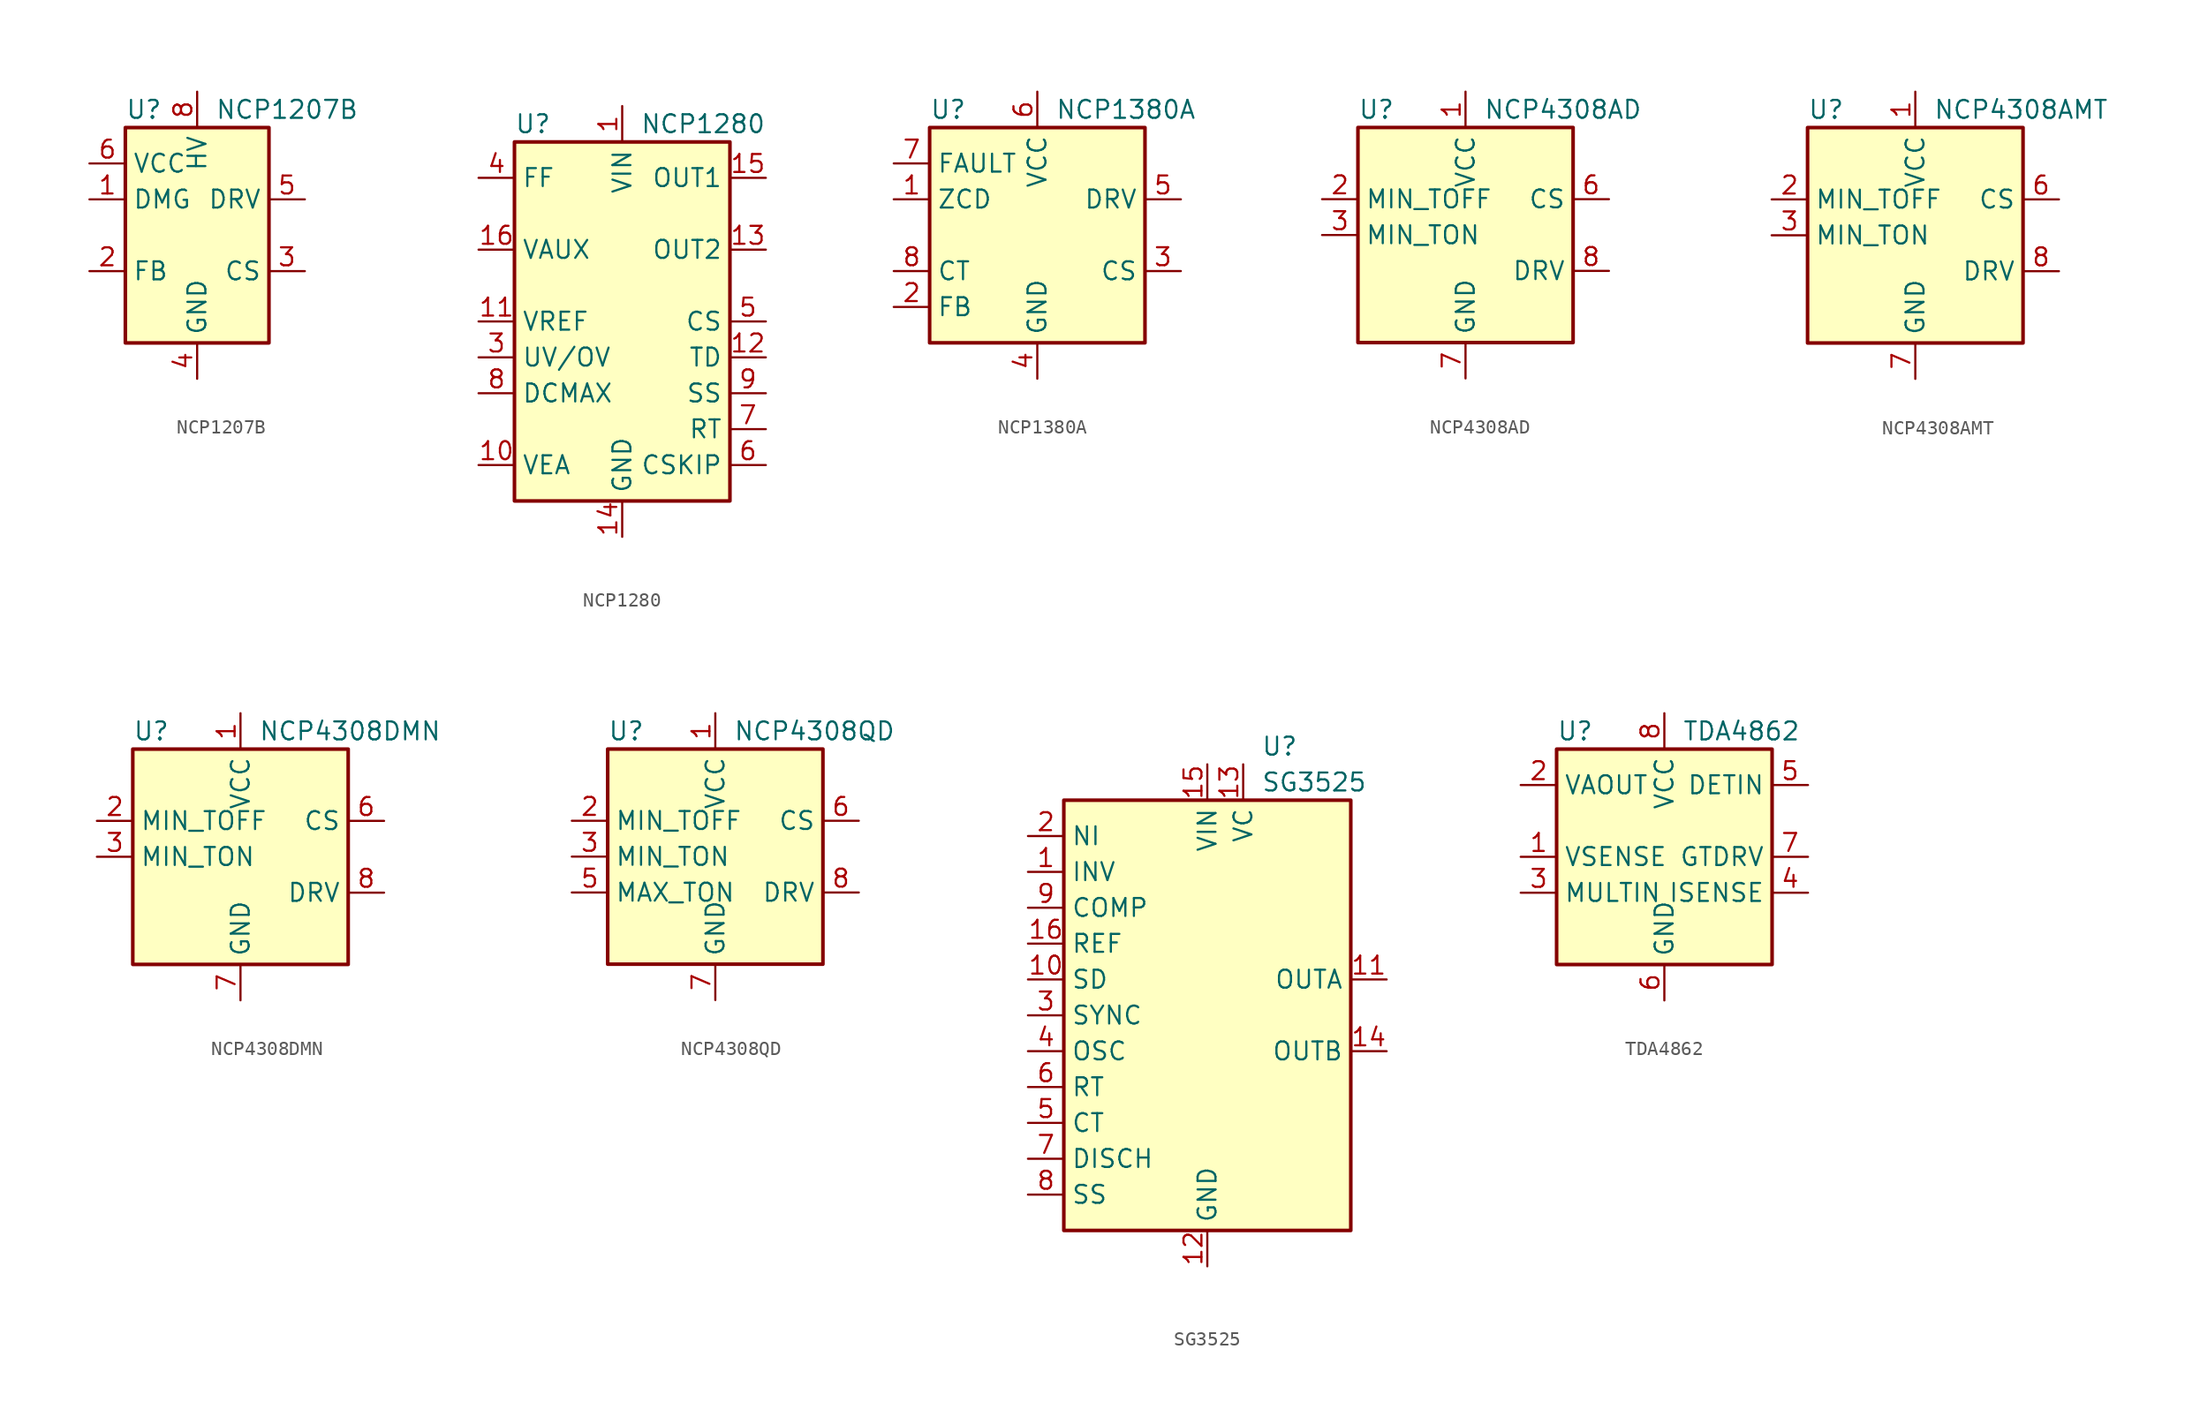
<source format=kicad_sym>
(kicad_symbol_lib
  (version 20211014)
  (generator kicad_symbol_editor)
  (symbol "NCP1207B"
    (property "Reference" "U"
      (at -5.08 8.89 0)
      (effects (font (size 1.27 1.27)) (justify left)))
    (property "Value" "NCP1207B"
      (at 1.27 8.89 0)
      (effects (font (size 1.27 1.27)) (justify left)))
    (symbol "NCP1207B_0_0"
      (rectangle (start -5.08 7.62) (end 5.08 -7.62) (stroke (width 0.254) (type default) (color 0 0 0 0)) (fill (type background))))
    (symbol "NCP1207B_1_1"
      (pin input line (at -7.62 2.54 0) (length 2.54) (name "DMG" (effects (font (size 1.27 1.27)))) (number "1" (effects (font (size 1.27 1.27)))))
      (pin input line (at -7.62 -2.54 0) (length 2.54) (name "FB" (effects (font (size 1.27 1.27)))) (number "2" (effects (font (size 1.27 1.27)))))
      (pin input line (at 7.62 -2.54 180) (length 2.54) (name "CS" (effects (font (size 1.27 1.27)))) (number "3" (effects (font (size 1.27 1.27)))))
      (pin power_in line (at 0 -10.16 90) (length 2.54) (name "GND" (effects (font (size 1.27 1.27)))) (number "4" (effects (font (size 1.27 1.27)))))
      (pin output line (at 7.62 2.54 180) (length 2.54) (name "DRV" (effects (font (size 1.27 1.27)))) (number "5" (effects (font (size 1.27 1.27)))))
      (pin power_in line (at -7.62 5.08 0) (length 2.54) (name "VCC" (effects (font (size 1.27 1.27)))) (number "6" (effects (font (size 1.27 1.27)))))
      (pin input line (at 0 10.16 270) (length 2.54) (name "HV" (effects (font (size 1.27 1.27)))) (number "8" (effects (font (size 1.27 1.27)))))))
  (symbol "NCP1280"
    (property "Reference" "U"
      (at -7.62 13.97 0)
      (effects (font (size 1.27 1.27)) (justify left)))
    (property "Value" "NCP1280"
      (at 1.27 13.97 0)
      (effects (font (size 1.27 1.27)) (justify left)))
    (symbol "NCP1280_0_0"
      (rectangle (start -7.62 12.7) (end 7.62 -12.7) (stroke (width 0.254) (type default) (color 0 0 0 0)) (fill (type background))))
    (symbol "NCP1280_1_1"
      (pin power_in line (at 0 15.24 270) (length 2.54) (name "VIN" (effects (font (size 1.27 1.27)))) (number "1" (effects (font (size 1.27 1.27)))))
      (pin input line (at -10.16 -10.16 0) (length 2.54) (name "VEA" (effects (font (size 1.27 1.27)))) (number "10" (effects (font (size 1.27 1.27)))))
      (pin output line (at -10.16 0 0) (length 2.54) (name "VREF" (effects (font (size 1.27 1.27)))) (number "11" (effects (font (size 1.27 1.27)))))
      (pin passive line (at 10.16 -2.54 180) (length 2.54) (name "TD" (effects (font (size 1.27 1.27)))) (number "12" (effects (font (size 1.27 1.27)))))
      (pin output line (at 10.16 5.08 180) (length 2.54) (name "OUT2" (effects (font (size 1.27 1.27)))) (number "13" (effects (font (size 1.27 1.27)))))
      (pin power_in line (at 0 -15.24 90) (length 2.54) (name "GND" (effects (font (size 1.27 1.27)))) (number "14" (effects (font (size 1.27 1.27)))))
      (pin output line (at 10.16 10.16 180) (length 2.54) (name "OUT1" (effects (font (size 1.27 1.27)))) (number "15" (effects (font (size 1.27 1.27)))))
      (pin power_in line (at -10.16 5.08 0) (length 2.54) (name "VAUX" (effects (font (size 1.27 1.27)))) (number "16" (effects (font (size 1.27 1.27)))))
      (pin no_connect line (at -7.62 7.62 0) (length 2.54) hide (name "NC" (effects (font (size 1.27 1.27)))) (number "2" (effects (font (size 1.27 1.27)))))
      (pin input line (at -10.16 -2.54 0) (length 2.54) (name "UV/OV" (effects (font (size 1.27 1.27)))) (number "3" (effects (font (size 1.27 1.27)))))
      (pin passive line (at -10.16 10.16 0) (length 2.54) (name "FF" (effects (font (size 1.27 1.27)))) (number "4" (effects (font (size 1.27 1.27)))))
      (pin input line (at 10.16 0 180) (length 2.54) (name "CS" (effects (font (size 1.27 1.27)))) (number "5" (effects (font (size 1.27 1.27)))))
      (pin passive line (at 10.16 -10.16 180) (length 2.54) (name "CSKIP" (effects (font (size 1.27 1.27)))) (number "6" (effects (font (size 1.27 1.27)))))
      (pin passive line (at 10.16 -7.62 180) (length 2.54) (name "RT" (effects (font (size 1.27 1.27)))) (number "7" (effects (font (size 1.27 1.27)))))
      (pin input line (at -10.16 -5.08 0) (length 2.54) (name "DCMAX" (effects (font (size 1.27 1.27)))) (number "8" (effects (font (size 1.27 1.27)))))
      (pin passive line (at 10.16 -5.08 180) (length 2.54) (name "SS" (effects (font (size 1.27 1.27)))) (number "9" (effects (font (size 1.27 1.27)))))))
  (symbol "NCP1380A"
    (property "Reference" "U"
      (at -7.62 8.89 0)
      (effects (font (size 1.27 1.27)) (justify left)))
    (property "Value" "NCP1380A"
      (at 1.27 8.89 0)
      (effects (font (size 1.27 1.27)) (justify left)))
    (symbol "NCP1380A_0_0"
      (rectangle (start -7.62 7.62) (end 7.62 -7.62) (stroke (width 0.254) (type default) (color 0 0 0 0)) (fill (type background))))
    (symbol "NCP1380A_1_1"
      (pin input line (at -10.16 2.54 0) (length 2.54) (name "ZCD" (effects (font (size 1.27 1.27)))) (number "1" (effects (font (size 1.27 1.27)))))
      (pin input line (at -10.16 -5.08 0) (length 2.54) (name "FB" (effects (font (size 1.27 1.27)))) (number "2" (effects (font (size 1.27 1.27)))))
      (pin input line (at 10.16 -2.54 180) (length 2.54) (name "CS" (effects (font (size 1.27 1.27)))) (number "3" (effects (font (size 1.27 1.27)))))
      (pin power_in line (at 0 -10.16 90) (length 2.54) (name "GND" (effects (font (size 1.27 1.27)))) (number "4" (effects (font (size 1.27 1.27)))))
      (pin output line (at 10.16 2.54 180) (length 2.54) (name "DRV" (effects (font (size 1.27 1.27)))) (number "5" (effects (font (size 1.27 1.27)))))
      (pin power_in line (at 0 10.16 270) (length 2.54) (name "VCC" (effects (font (size 1.27 1.27)))) (number "6" (effects (font (size 1.27 1.27)))))
      (pin input line (at -10.16 5.08 0) (length 2.54) (name "FAULT" (effects (font (size 1.27 1.27)))) (number "7" (effects (font (size 1.27 1.27)))))
      (pin passive line (at -10.16 -2.54 0) (length 2.54) (name "CT" (effects (font (size 1.27 1.27)))) (number "8" (effects (font (size 1.27 1.27)))))))
  (symbol "NCP4308AD"
    (property "Reference" "U"
      (at -7.62 8.89 0)
      (effects (font (size 1.27 1.27)) (justify left)))
    (property "Value" "NCP4308AD"
      (at 1.27 8.89 0)
      (effects (font (size 1.27 1.27)) (justify left)))
    (symbol "NCP4308AD_0_1"
      (rectangle (start -7.62 7.62) (end 7.62 -7.62) (stroke (width 0.254) (type default) (color 0 0 0 0)) (fill (type background))))
    (symbol "NCP4308AD_1_1"
      (pin power_in line (at 0 10.16 270) (length 2.54) (name "VCC" (effects (font (size 1.27 1.27)))) (number "1" (effects (font (size 1.27 1.27)))))
      (pin passive line (at -10.16 2.54 0) (length 2.54) (name "MIN_TOFF" (effects (font (size 1.27 1.27)))) (number "2" (effects (font (size 1.27 1.27)))))
      (pin passive line (at -10.16 0 0) (length 2.54) (name "MIN_TON" (effects (font (size 1.27 1.27)))) (number "3" (effects (font (size 1.27 1.27)))))
      (pin no_connect line (at 7.62 -5.08 180) (length 2.54) hide (name "NC" (effects (font (size 1.27 1.27)))) (number "4" (effects (font (size 1.27 1.27)))))
      (pin no_connect line (at 7.62 -7.62 180) (length 2.54) hide (name "NC" (effects (font (size 1.27 1.27)))) (number "5" (effects (font (size 1.27 1.27)))))
      (pin input line (at 10.16 2.54 180) (length 2.54) (name "CS" (effects (font (size 1.27 1.27)))) (number "6" (effects (font (size 1.27 1.27)))))
      (pin power_in line (at 0 -10.16 90) (length 2.54) (name "GND" (effects (font (size 1.27 1.27)))) (number "7" (effects (font (size 1.27 1.27)))))
      (pin output line (at 10.16 -2.54 180) (length 2.54) (name "DRV" (effects (font (size 1.27 1.27)))) (number "8" (effects (font (size 1.27 1.27)))))))
  (symbol "NCP4308AMT"
    (property "Reference" "U"
      (at -7.62 8.89 0)
      (effects (font (size 1.27 1.27)) (justify left)))
    (property "Value" "NCP4308AMT"
      (at 1.27 8.89 0)
      (effects (font (size 1.27 1.27)) (justify left)))
    (symbol "NCP4308AMT_0_1"
      (rectangle (start -7.62 7.62) (end 7.62 -7.62) (stroke (width 0.254) (type default) (color 0 0 0 0)) (fill (type background))))
    (symbol "NCP4308AMT_1_1"
      (pin power_in line (at 0 10.16 270) (length 2.54) (name "VCC" (effects (font (size 1.27 1.27)))) (number "1" (effects (font (size 1.27 1.27)))))
      (pin passive line (at -10.16 2.54 0) (length 2.54) (name "MIN_TOFF" (effects (font (size 1.27 1.27)))) (number "2" (effects (font (size 1.27 1.27)))))
      (pin passive line (at -10.16 0 0) (length 2.54) (name "MIN_TON" (effects (font (size 1.27 1.27)))) (number "3" (effects (font (size 1.27 1.27)))))
      (pin no_connect line (at 7.62 -5.08 180) (length 2.54) hide (name "NC" (effects (font (size 1.27 1.27)))) (number "4" (effects (font (size 1.27 1.27)))))
      (pin no_connect line (at 7.62 -7.62 180) (length 2.54) hide (name "NC" (effects (font (size 1.27 1.27)))) (number "5" (effects (font (size 1.27 1.27)))))
      (pin input line (at 10.16 2.54 180) (length 2.54) (name "CS" (effects (font (size 1.27 1.27)))) (number "6" (effects (font (size 1.27 1.27)))))
      (pin power_in line (at 0 -10.16 90) (length 2.54) (name "GND" (effects (font (size 1.27 1.27)))) (number "7" (effects (font (size 1.27 1.27)))))
      (pin output line (at 10.16 -2.54 180) (length 2.54) (name "DRV" (effects (font (size 1.27 1.27)))) (number "8" (effects (font (size 1.27 1.27)))))))
  (symbol "NCP4308DMN"
    (property "Reference" "U"
      (at -7.62 8.89 0)
      (effects (font (size 1.27 1.27)) (justify left)))
    (property "Value" "NCP4308DMN"
      (at 1.27 8.89 0)
      (effects (font (size 1.27 1.27)) (justify left)))
    (symbol "NCP4308DMN_0_1"
      (rectangle (start -7.62 7.62) (end 7.62 -7.62) (stroke (width 0.254) (type default) (color 0 0 0 0)) (fill (type background))))
    (symbol "NCP4308DMN_1_1"
      (pin power_in line (at 0 10.16 270) (length 2.54) (name "VCC" (effects (font (size 1.27 1.27)))) (number "1" (effects (font (size 1.27 1.27)))))
      (pin passive line (at -10.16 2.54 0) (length 2.54) (name "MIN_TOFF" (effects (font (size 1.27 1.27)))) (number "2" (effects (font (size 1.27 1.27)))))
      (pin passive line (at -10.16 0 0) (length 2.54) (name "MIN_TON" (effects (font (size 1.27 1.27)))) (number "3" (effects (font (size 1.27 1.27)))))
      (pin no_connect line (at 7.62 -5.08 180) (length 2.54) hide (name "NC" (effects (font (size 1.27 1.27)))) (number "4" (effects (font (size 1.27 1.27)))))
      (pin no_connect line (at 7.62 -7.62 180) (length 2.54) hide (name "NC" (effects (font (size 1.27 1.27)))) (number "5" (effects (font (size 1.27 1.27)))))
      (pin input line (at 10.16 2.54 180) (length 2.54) (name "CS" (effects (font (size 1.27 1.27)))) (number "6" (effects (font (size 1.27 1.27)))))
      (pin power_in line (at 0 -10.16 90) (length 2.54) (name "GND" (effects (font (size 1.27 1.27)))) (number "7" (effects (font (size 1.27 1.27)))))
      (pin output line (at 10.16 -2.54 180) (length 2.54) (name "DRV" (effects (font (size 1.27 1.27)))) (number "8" (effects (font (size 1.27 1.27)))))))
  (symbol "NCP4308QD"
    (property "Reference" "U"
      (at -7.62 8.89 0)
      (effects (font (size 1.27 1.27)) (justify left)))
    (property "Value" "NCP4308QD"
      (at 1.27 8.89 0)
      (effects (font (size 1.27 1.27)) (justify left)))
    (symbol "NCP4308QD_0_1"
      (rectangle (start -7.62 7.62) (end 7.62 -7.62) (stroke (width 0.254) (type default) (color 0 0 0 0)) (fill (type background))))
    (symbol "NCP4308QD_1_1"
      (pin power_in line (at 0 10.16 270) (length 2.54) (name "VCC" (effects (font (size 1.27 1.27)))) (number "1" (effects (font (size 1.27 1.27)))))
      (pin passive line (at -10.16 2.54 0) (length 2.54) (name "MIN_TOFF" (effects (font (size 1.27 1.27)))) (number "2" (effects (font (size 1.27 1.27)))))
      (pin passive line (at -10.16 0 0) (length 2.54) (name "MIN_TON" (effects (font (size 1.27 1.27)))) (number "3" (effects (font (size 1.27 1.27)))))
      (pin no_connect line (at 7.62 -5.08 180) (length 2.54) hide (name "NC" (effects (font (size 1.27 1.27)))) (number "4" (effects (font (size 1.27 1.27)))))
      (pin passive line (at -10.16 -2.54 0) (length 2.54) (name "MAX_TON" (effects (font (size 1.27 1.27)))) (number "5" (effects (font (size 1.27 1.27)))))
      (pin input line (at 10.16 2.54 180) (length 2.54) (name "CS" (effects (font (size 1.27 1.27)))) (number "6" (effects (font (size 1.27 1.27)))))
      (pin power_in line (at 0 -10.16 90) (length 2.54) (name "GND" (effects (font (size 1.27 1.27)))) (number "7" (effects (font (size 1.27 1.27)))))
      (pin output line (at 10.16 -2.54 180) (length 2.54) (name "DRV" (effects (font (size 1.27 1.27)))) (number "8" (effects (font (size 1.27 1.27)))))))
  (symbol "SG3525"
    (property "Reference" "U"
      (at 3.81 19.05 0)
      (effects (font (size 1.27 1.27)) (justify left)))
    (property "Value" "SG3525"
      (at 3.81 16.51 0)
      (effects (font (size 1.27 1.27)) (justify left)))
    (symbol "SG3525_0_1"
      (rectangle (start -10.16 -15.24) (end 10.16 15.24) (stroke (width 0.254) (type default) (color 0 0 0 0)) (fill (type background))))
    (symbol "SG3525_1_1"
      (pin input line (at -12.7 10.16 0) (length 2.54) (name "INV" (effects (font (size 1.27 1.27)))) (number "1" (effects (font (size 1.27 1.27)))))
      (pin passive line (at -12.7 2.54 0) (length 2.54) (name "SD" (effects (font (size 1.27 1.27)))) (number "10" (effects (font (size 1.27 1.27)))))
      (pin output line (at 12.7 2.54 180) (length 2.54) (name "OUTA" (effects (font (size 1.27 1.27)))) (number "11" (effects (font (size 1.27 1.27)))))
      (pin power_in line (at 0 -17.78 90) (length 2.54) (name "GND" (effects (font (size 1.27 1.27)))) (number "12" (effects (font (size 1.27 1.27)))))
      (pin power_in line (at 2.54 17.78 270) (length 2.54) (name "VC" (effects (font (size 1.27 1.27)))) (number "13" (effects (font (size 1.27 1.27)))))
      (pin output line (at 12.7 -2.54 180) (length 2.54) (name "OUTB" (effects (font (size 1.27 1.27)))) (number "14" (effects (font (size 1.27 1.27)))))
      (pin power_in line (at 0 17.78 270) (length 2.54) (name "VIN" (effects (font (size 1.27 1.27)))) (number "15" (effects (font (size 1.27 1.27)))))
      (pin power_in line (at -12.7 5.08 0) (length 2.54) (name "REF" (effects (font (size 1.27 1.27)))) (number "16" (effects (font (size 1.27 1.27)))))
      (pin input line (at -12.7 12.7 0) (length 2.54) (name "NI" (effects (font (size 1.27 1.27)))) (number "2" (effects (font (size 1.27 1.27)))))
      (pin passive line (at -12.7 0 0) (length 2.54) (name "SYNC" (effects (font (size 1.27 1.27)))) (number "3" (effects (font (size 1.27 1.27)))))
      (pin output line (at -12.7 -2.54 0) (length 2.54) (name "OSC" (effects (font (size 1.27 1.27)))) (number "4" (effects (font (size 1.27 1.27)))))
      (pin passive line (at -12.7 -7.62 0) (length 2.54) (name "CT" (effects (font (size 1.27 1.27)))) (number "5" (effects (font (size 1.27 1.27)))))
      (pin passive line (at -12.7 -5.08 0) (length 2.54) (name "RT" (effects (font (size 1.27 1.27)))) (number "6" (effects (font (size 1.27 1.27)))))
      (pin open_collector line (at -12.7 -10.16 0) (length 2.54) (name "DISCH" (effects (font (size 1.27 1.27)))) (number "7" (effects (font (size 1.27 1.27)))))
      (pin passive line (at -12.7 -12.7 0) (length 2.54) (name "SS" (effects (font (size 1.27 1.27)))) (number "8" (effects (font (size 1.27 1.27)))))
      (pin passive line (at -12.7 7.62 0) (length 2.54) (name "COMP" (effects (font (size 1.27 1.27)))) (number "9" (effects (font (size 1.27 1.27)))))))
  (symbol "TDA4862"
    (property "Reference" "U"
      (at -7.62 8.89 0)
      (effects (font (size 1.27 1.27)) (justify left)))
    (property "Value" "TDA4862"
      (at 1.27 8.89 0)
      (effects (font (size 1.27 1.27)) (justify left)))
    (symbol "TDA4862_0_0"
      (rectangle (start -7.62 7.62) (end 7.62 -7.62) (stroke (width 0.254) (type default) (color 0 0 0 0)) (fill (type background))))
    (symbol "TDA4862_1_1"
      (pin input line (at -10.16 0 0) (length 2.54) (name "VSENSE" (effects (font (size 1.27 1.27)))) (number "1" (effects (font (size 1.27 1.27)))))
      (pin output line (at -10.16 5.08 0) (length 2.54) (name "VAOUT" (effects (font (size 1.27 1.27)))) (number "2" (effects (font (size 1.27 1.27)))))
      (pin input line (at -10.16 -2.54 0) (length 2.54) (name "MULTIN" (effects (font (size 1.27 1.27)))) (number "3" (effects (font (size 1.27 1.27)))))
      (pin input line (at 10.16 -2.54 180) (length 2.54) (name "ISENSE" (effects (font (size 1.27 1.27)))) (number "4" (effects (font (size 1.27 1.27)))))
      (pin passive line (at 10.16 5.08 180) (length 2.54) (name "DETIN" (effects (font (size 1.27 1.27)))) (number "5" (effects (font (size 1.27 1.27)))))
      (pin power_in line (at 0 -10.16 90) (length 2.54) (name "GND" (effects (font (size 1.27 1.27)))) (number "6" (effects (font (size 1.27 1.27)))))
      (pin output line (at 10.16 0 180) (length 2.54) (name "GTDRV" (effects (font (size 1.27 1.27)))) (number "7" (effects (font (size 1.27 1.27)))))
      (pin power_in line (at 0 10.16 270) (length 2.54) (name "VCC" (effects (font (size 1.27 1.27)))) (number "8" (effects (font (size 1.27 1.27))))))))
</source>
